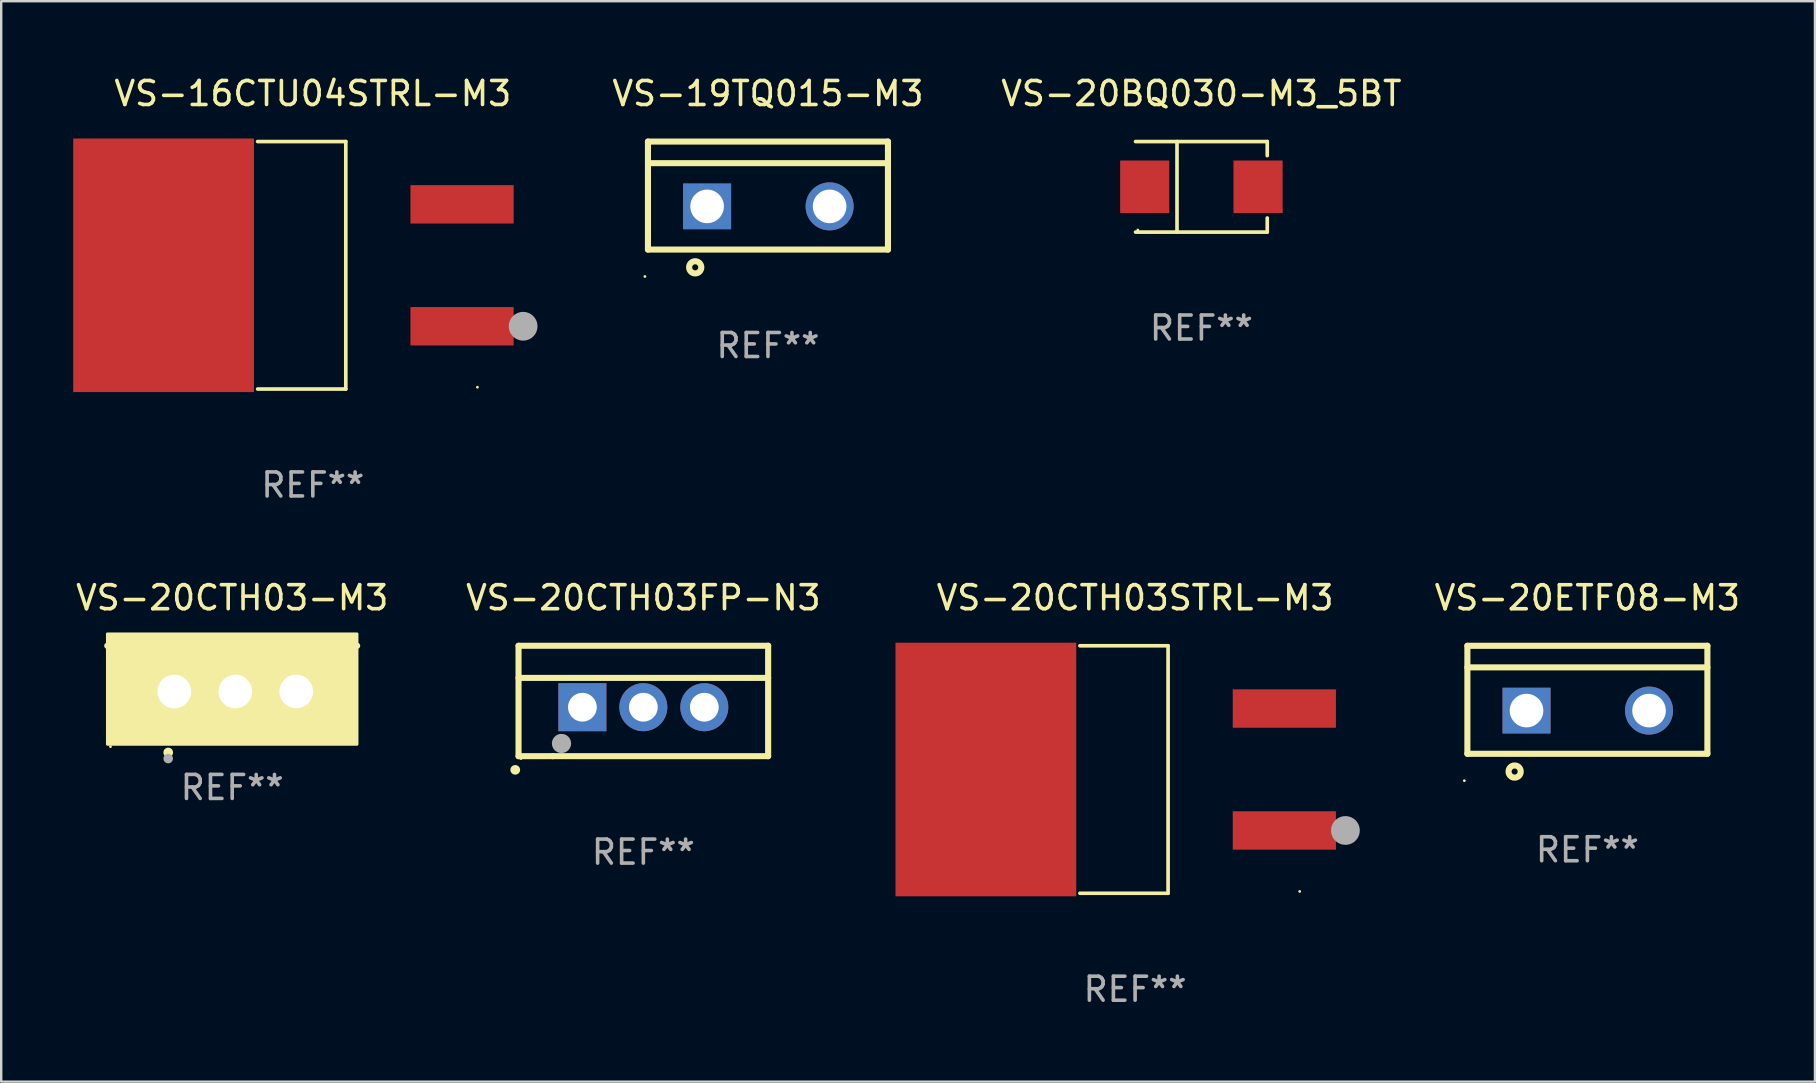
<source format=kicad_pcb>
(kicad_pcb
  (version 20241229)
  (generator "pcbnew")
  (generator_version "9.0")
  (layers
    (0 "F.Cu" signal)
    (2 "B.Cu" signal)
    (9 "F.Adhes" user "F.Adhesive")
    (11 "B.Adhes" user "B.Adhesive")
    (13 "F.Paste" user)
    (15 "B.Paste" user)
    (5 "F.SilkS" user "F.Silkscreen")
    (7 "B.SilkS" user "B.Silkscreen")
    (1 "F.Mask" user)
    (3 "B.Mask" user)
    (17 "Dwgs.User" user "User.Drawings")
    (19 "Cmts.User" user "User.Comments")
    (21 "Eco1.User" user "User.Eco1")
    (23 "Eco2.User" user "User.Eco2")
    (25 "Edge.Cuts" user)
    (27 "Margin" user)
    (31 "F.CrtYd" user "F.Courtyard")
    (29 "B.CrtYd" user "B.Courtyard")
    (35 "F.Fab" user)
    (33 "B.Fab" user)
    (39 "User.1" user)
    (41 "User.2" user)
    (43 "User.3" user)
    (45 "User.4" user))
  (footprint "VS-20CTH03FP-N3"
    (layer "F.Cu")
    (at 23.756 26.157)
    (property "Reference" "VS-20CTH03FP-N3" (at 0 -4.3 0) (layer "F.SilkS") (effects (font (size 1 1) (thickness 0.15))))
    (attr through_hole)
    (fp_line (start -5.2 -2.3) (end -5.2 2.3) (stroke (width 0.254) (type solid)) (layer "F.SilkS"))
    (fp_line (start -5.2 -0.961) (end 5.2 -0.961) (stroke (width 0.254) (type solid)) (layer "F.SilkS"))
    (fp_line (start -5.2 2.3) (end -3.768 2.3) (stroke (width 0.254) (type solid)) (layer "F.SilkS"))
    (fp_line (start -3.768 2.3) (end 5.2 2.3) (stroke (width 0.254) (type solid)) (layer "F.SilkS"))
    (fp_line (start 5.2 -2.3) (end -5.2 -2.3) (stroke (width 0.254) (type solid)) (layer "F.SilkS"))
    (fp_line (start 5.2 -2.3) (end 5.2 2.3) (stroke (width 0.254) (type solid)) (layer "F.SilkS"))
    (fp_arc (start -5.340005 2.870003) (mid -5.337465 2.869987) (end -5.334925 2.870003) (stroke (width 0.4) (type solid)) (layer "F.SilkS"))
    (fp_circle (center -5.1 2.4) (end -5.07 2.4) (stroke (width 0.06) (type solid)) (fill no) (layer "F.SilkS"))
    (fp_circle (center -3.41 1.77) (end -3.21 1.77) (stroke (width 0.4) (type solid)) (fill no) (layer "F.Fab"))
    (fp_text user "REF**" (at 0 6.3 0) (layer "F.Fab") (effects (font (size 1 1) (thickness 0.15))))
    (pad "1" thru_hole rect (at -2.54 0.26) (size 2 2) (drill 1.2) (layers "*.Cu" "*.Mask"))
    (pad "2" thru_hole circle (at 0 0.26) (size 2 2) (drill 1.2) (layers "*.Cu" "*.Mask"))
    (pad "3" thru_hole circle (at 2.54 0.26) (size 2 2) (drill 1.2) (layers "*.Cu" "*.Mask")))
  (footprint "VS-20CTH03-M3"
    (layer "F.Cu")
    (at 6.625 24.81)
    (property "Reference" "VS-20CTH03-M3" (at 0 -2.953 0) (layer "F.SilkS") (effects (font (size 1 1) (thickness 0.15))))
    (attr through_hole)
    (fp_line (start 5.207 -0.953) (end -5.207 -0.953) (stroke (width 0.254) (type solid)) (layer "F.SilkS"))
    (fp_arc (start -2.66698 3.49252) (mid -2.66571 3.492516) (end -2.66444 3.49252) (stroke (width 0.4) (type solid)) (layer "F.SilkS"))
    (fp_circle (center -5.073 3.252) (end -5.043 3.252) (stroke (width 0.06) (type solid)) (fill no) (layer "F.SilkS"))
    (fp_poly (pts (xy -5.2 -1.448) (xy 5.2 -1.448) (xy 5.2 3.152) (xy -5.2 3.152)) (stroke (width 0.12) (type solid)) (fill yes) (layer "F.SilkS"))
    (fp_circle (center -2.667 3.747) (end -2.567 3.747) (stroke (width 0.2) (type solid)) (fill no) (layer "F.Fab"))
    (fp_text user "REF**" (at 0 4.953 0) (layer "F.Fab") (effects (font (size 1 1) (thickness 0.15))))
    (pad "1" thru_hole rect (at -2.413 0.953) (size 2 2.5) (drill 1.4) (layers "*.Cu" "*.Mask"))
    (pad "2" thru_hole oval (at 0.127 0.953) (size 2 2.5) (drill 1.4) (layers "*.Cu" "*.Mask"))
    (pad "3" thru_hole oval (at 2.667 0.953) (size 2 2.5) (drill 1.4) (layers "*.Cu" "*.Mask")))
  (footprint "VS-16CTU04STRL-M3"
    (layer "F.Cu")
    (at 9.984 8.004)
    (property "Reference" "VS-16CTU04STRL-M3" (at 0 -7.156 0) (layer "F.SilkS") (effects (font (size 1 1) (thickness 0.15))))
    (attr through_hole)
    (fp_line (start -2.3 -5.156) (end 1.374 -5.156) (stroke (width 0.152) (type solid)) (layer "F.SilkS"))
    (fp_line (start -2.3 5.156) (end 1.374 5.156) (stroke (width 0.152) (type solid)) (layer "F.SilkS"))
    (fp_line (start 1.374 5.156) (end 1.374 -5.156) (stroke (width 0.152) (type solid)) (layer "F.SilkS"))
    (fp_circle (center 6.858 5.08) (end 6.888 5.08) (stroke (width 0.06) (type solid)) (fill no) (layer "F.SilkS"))
    (fp_circle (center 8.763 2.54) (end 9.063 2.54) (stroke (width 0.6) (type solid)) (fill no) (layer "F.Fab"))
    (fp_text user "REF**" (at 0 9.156 0) (layer "F.Fab") (effects (font (size 1 1) (thickness 0.15))))
    (pad "1" smd rect (at 6.218 2.54 180) (size 4.3 1.6) (layers "F.Cu" "F.Mask" "F.Paste"))
    (pad "2" smd rect (at -6.218 0 180) (size 7.532 10.566) (layers "F.Cu" "F.Mask" "F.Paste"))
    (pad "3" smd rect (at 6.218 -2.54 180) (size 4.3 1.6) (layers "F.Cu" "F.Mask" "F.Paste")))
  (footprint "VS-19TQ015-M3"
    (layer "F.Cu")
    (at 28.948 5.099)
    (property "Reference" "VS-19TQ015-M3" (at 0 -4.25 0) (layer "F.SilkS") (effects (font (size 1 1) (thickness 0.15))))
    (attr through_hole)
    (fp_line (start -5 -2.25) (end 5 -2.25) (stroke (width 0.254) (type solid)) (layer "F.SilkS"))
    (fp_line (start -5 -1.351) (end 5 -1.351) (stroke (width 0.254) (type solid)) (layer "F.SilkS"))
    (fp_line (start -5 2.25) (end -5 -2.25) (stroke (width 0.254) (type solid)) (layer "F.SilkS"))
    (fp_line (start -5 2.25) (end 5 2.25) (stroke (width 0.254) (type solid)) (layer "F.SilkS"))
    (fp_line (start 5 2.25) (end 5 -2.25) (stroke (width 0.254) (type solid)) (layer "F.SilkS"))
    (fp_circle (center -5.127 3.371) (end -5.097 3.371) (stroke (width 0.06) (type solid)) (fill no) (layer "F.SilkS"))
    (fp_circle (center -3.031 2.99) (end -2.777 2.99) (stroke (width 0.254) (type solid)) (fill no) (layer "F.SilkS"))
    (fp_text user "REF**" (at 0 6.25 0) (layer "F.Fab") (effects (font (size 1 1) (thickness 0.15))))
    (pad "1" thru_hole rect (at -2.536 0.45 90) (size 1.905 2) (drill 1.4) (layers "*.Cu" "*.Mask"))
    (pad "3" thru_hole circle (at 2.569 0.45) (size 2 2) (drill 1.4) (layers "*.Cu" "*.Mask")))
  (footprint "VS-20CTH03STRL-M3"
    (layer "F.Cu")
    (at 44.246 29.013)
    (property "Reference" "VS-20CTH03STRL-M3" (at 0 -7.156 0) (layer "F.SilkS") (effects (font (size 1 1) (thickness 0.15))))
    (attr through_hole)
    (fp_line (start -2.3 -5.156) (end 1.374 -5.156) (stroke (width 0.152) (type solid)) (layer "F.SilkS"))
    (fp_line (start -2.3 5.156) (end 1.374 5.156) (stroke (width 0.152) (type solid)) (layer "F.SilkS"))
    (fp_line (start 1.374 5.156) (end 1.374 -5.156) (stroke (width 0.152) (type solid)) (layer "F.SilkS"))
    (fp_circle (center 6.858 5.08) (end 6.888 5.08) (stroke (width 0.06) (type solid)) (fill no) (layer "F.SilkS"))
    (fp_circle (center 8.763 2.54) (end 9.063 2.54) (stroke (width 0.6) (type solid)) (fill no) (layer "F.Fab"))
    (fp_text user "REF**" (at 0 9.156 0) (layer "F.Fab") (effects (font (size 1 1) (thickness 0.15))))
    (pad "1" smd rect (at 6.218 2.54 180) (size 4.3 1.6) (layers "F.Cu" "F.Mask" "F.Paste"))
    (pad "2" smd rect (at -6.218 0 180) (size 7.532 10.566) (layers "F.Cu" "F.Mask" "F.Paste"))
    (pad "3" smd rect (at 6.218 -2.54 180) (size 4.3 1.6) (layers "F.Cu" "F.Mask" "F.Paste")))
  (footprint "VS-20ETF08-M3"
    (layer "F.Cu")
    (at 63.091 26.108)
    (property "Reference" "VS-20ETF08-M3" (at 0 -4.25 0) (layer "F.SilkS") (effects (font (size 1 1) (thickness 0.15))))
    (attr through_hole)
    (fp_line (start -5 -2.25) (end 5 -2.25) (stroke (width 0.254) (type solid)) (layer "F.SilkS"))
    (fp_line (start -5 -1.351) (end 5 -1.351) (stroke (width 0.254) (type solid)) (layer "F.SilkS"))
    (fp_line (start -5 2.25) (end -5 -2.25) (stroke (width 0.254) (type solid)) (layer "F.SilkS"))
    (fp_line (start -5 2.25) (end 5 2.25) (stroke (width 0.254) (type solid)) (layer "F.SilkS"))
    (fp_line (start 5 2.25) (end 5 -2.25) (stroke (width 0.254) (type solid)) (layer "F.SilkS"))
    (fp_circle (center -5.127 3.371) (end -5.097 3.371) (stroke (width 0.06) (type solid)) (fill no) (layer "F.SilkS"))
    (fp_circle (center -3.031 2.99) (end -2.777 2.99) (stroke (width 0.254) (type solid)) (fill no) (layer "F.SilkS"))
    (fp_text user "REF**" (at 0 6.25 0) (layer "F.Fab") (effects (font (size 1 1) (thickness 0.15))))
    (pad "1" thru_hole rect (at -2.536 0.45 90) (size 1.905 2) (drill 1.4) (layers "*.Cu" "*.Mask"))
    (pad "3" thru_hole circle (at 2.569 0.45) (size 2 2) (drill 1.4) (layers "*.Cu" "*.Mask")))
  (footprint "VS-20BQ030-M3_5BT"
    (layer "F.Cu")
    (at 47.008 4.734)
    (property "Reference" "VS-20BQ030-M3_5BT" (at 0 -3.886 0) (layer "F.SilkS") (effects (font (size 1 1) (thickness 0.15))))
    (attr through_hole)
    (fp_line (start -2.744 -1.886) (end 2.744 -1.886) (stroke (width 0.152) (type solid)) (layer "F.SilkS"))
    (fp_line (start -2.744 1.886) (end 2.744 1.886) (stroke (width 0.152) (type solid)) (layer "F.SilkS"))
    (fp_line (start -1.016 -1.886) (end -1.016 1.886) (stroke (width 0.152) (type solid)) (layer "F.SilkS"))
    (fp_line (start 2.744 -1.886) (end 2.744 -1.299) (stroke (width 0.152) (type solid)) (layer "F.SilkS"))
    (fp_line (start 2.744 1.886) (end 2.744 1.299) (stroke (width 0.152) (type solid)) (layer "F.SilkS"))
    (fp_circle (center -2.65 1.8) (end -2.62 1.8) (stroke (width 0.06) (type solid)) (fill no) (layer "F.SilkS"))
    (fp_text user "REF**" (at 0 5.886 0) (layer "F.Fab") (effects (font (size 1 1) (thickness 0.15))))
    (pad "1" smd rect (at -2.361 0) (size 2.047 2.192) (layers "F.Cu" "F.Mask" "F.Paste"))
    (pad "2" smd rect (at 2.361 0) (size 2.047 2.192) (layers "F.Cu" "F.Mask" "F.Paste")))
  (gr_rect
    (start -3 -3)
    (end 72.573 42.018)
    (stroke (width 0.1) (type default))
    (fill no)
    (layer "Edge.Cuts")))
</source>
